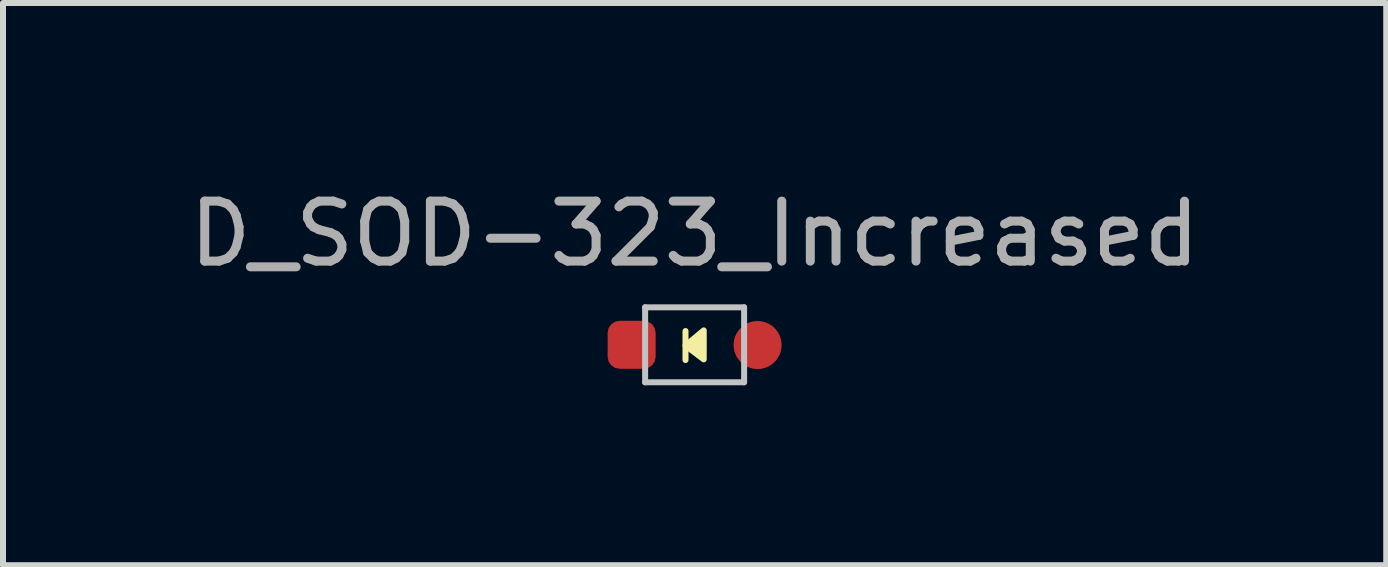
<source format=kicad_pcb>
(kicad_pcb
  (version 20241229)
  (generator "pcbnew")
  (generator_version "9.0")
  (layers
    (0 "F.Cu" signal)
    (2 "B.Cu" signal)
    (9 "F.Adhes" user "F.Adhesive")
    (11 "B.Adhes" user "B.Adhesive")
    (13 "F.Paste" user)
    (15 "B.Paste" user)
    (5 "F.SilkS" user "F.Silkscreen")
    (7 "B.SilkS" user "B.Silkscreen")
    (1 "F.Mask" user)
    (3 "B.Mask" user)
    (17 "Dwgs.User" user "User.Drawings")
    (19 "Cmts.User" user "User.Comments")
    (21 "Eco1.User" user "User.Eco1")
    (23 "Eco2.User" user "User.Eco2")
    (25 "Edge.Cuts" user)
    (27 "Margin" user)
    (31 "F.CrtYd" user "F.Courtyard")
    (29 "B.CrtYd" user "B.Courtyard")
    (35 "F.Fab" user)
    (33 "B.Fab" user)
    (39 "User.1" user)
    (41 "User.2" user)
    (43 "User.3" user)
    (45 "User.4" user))
  (footprint "D_SOD-323_Increased"
    (layer "F.Cu")
    (at 8.53 2.698)
    (property "Reference" "D_SOD-323_Increased" (at -0.000007 -1.85 180) (layer "F.Fab") (effects (font (size 1 1) (thickness 0.15))))
    (attr smd)
    (fp_line (start -0.152 -0.229) (end -0.152 0.254) (stroke (width 0.1) (type solid)) (layer "F.SilkS"))
    (fp_poly (pts (xy 0.152 -0.24) (xy -0.152 0.013) (xy 0.152 0.243)) (stroke (width 0.1) (type solid)) (fill yes) (layer "F.SilkS"))
    (fp_line (start -0.825 -0.625) (end -0.825 0.625) (stroke (width 0.1) (type default)) (layer "Dwgs.User"))
    (fp_line (start -0.825 -0.625) (end 0.825 -0.625) (stroke (width 0.1) (type default)) (layer "Dwgs.User"))
    (fp_line (start -0.825 0.625) (end 0.825 0.625) (stroke (width 0.1) (type default)) (layer "Dwgs.User"))
    (fp_line (start 0.825 -0.625) (end 0.825 0.625) (stroke (width 0.1) (type default)) (layer "Dwgs.User"))
    (pad "1" smd roundrect (at -1.05 -0.000001) (size 0.8 0.8) (layers "F.Cu" "F.Mask" "F.Paste") (roundrect_rratio 0.25))
    (pad "2" smd circle (at 1.05 0.004) (size 0.8 0.8) (layers "F.Cu" "F.Mask" "F.Paste")))
  (gr_rect
    (start -3 -3)
    (end 20.06 6.373)
    (stroke (width 0.1) (type default))
    (fill no)
    (layer "Edge.Cuts")))
</source>
